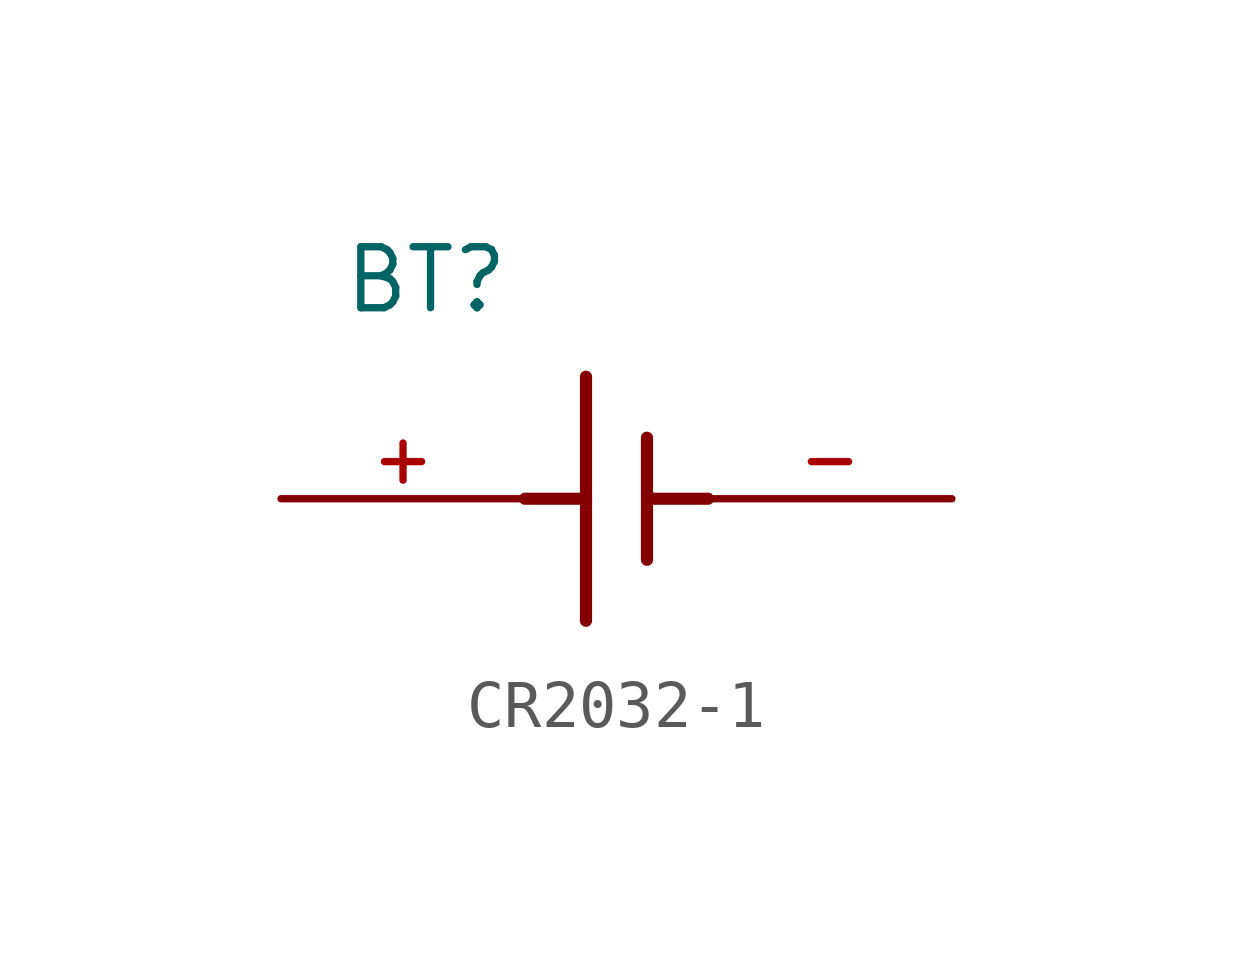
<source format=kicad_sym>
(kicad_symbol_lib
  (version 20220914)
  (generator kicad_symbol_editor)
  (symbol "CR2032-1"
    (pin_names
      (offset 1.016))
    (property "Reference" "BT"
      (at -6.361 3.814 0)
      (effects (font (size 1.27 1.27)) (justify left bottom)))
    (property "Manufacturer" ""
      (at 0 0 0)
      (effects (font (size 1.27 1.27)) (justify left)))
    (property "Manufacturer Part Number" ""
      (at 0 0 0)
      (effects (font (size 1.27 1.27)) (justify left)))
    (symbol "CR2032-1_0_0"
      (polyline (pts (xy -2.54 0) (xy -1.27 0)) (stroke (width 0.254) (type default)) (fill (type none)))
      (polyline (pts (xy -1.27 0) (xy -1.27 -2.54)) (stroke (width 0.254) (type default)) (fill (type none)))
      (polyline (pts (xy -1.27 2.54) (xy -1.27 0)) (stroke (width 0.254) (type default)) (fill (type none)))
      (polyline (pts (xy 0 0) (xy 0 -1.27)) (stroke (width 0.254) (type default)) (fill (type none)))
      (polyline (pts (xy 0 0) (xy 1.27 0)) (stroke (width 0.254) (type default)) (fill (type none)))
      (polyline (pts (xy 0 1.27) (xy 0 0)) (stroke (width 0.254) (type default)) (fill (type none)))
      (pin passive line (at -7.62 0 0) (length 5.08) (name "~" (effects (font (size 1.016 1.016)))) (number "+" (effects (font (size 1.016 1.016)))))
      (pin passive line (at 6.35 0 180) (length 5.08) (name "~" (effects (font (size 1.016 1.016)))) (number "-" (effects (font (size 1.016 1.016))))))))
</source>
